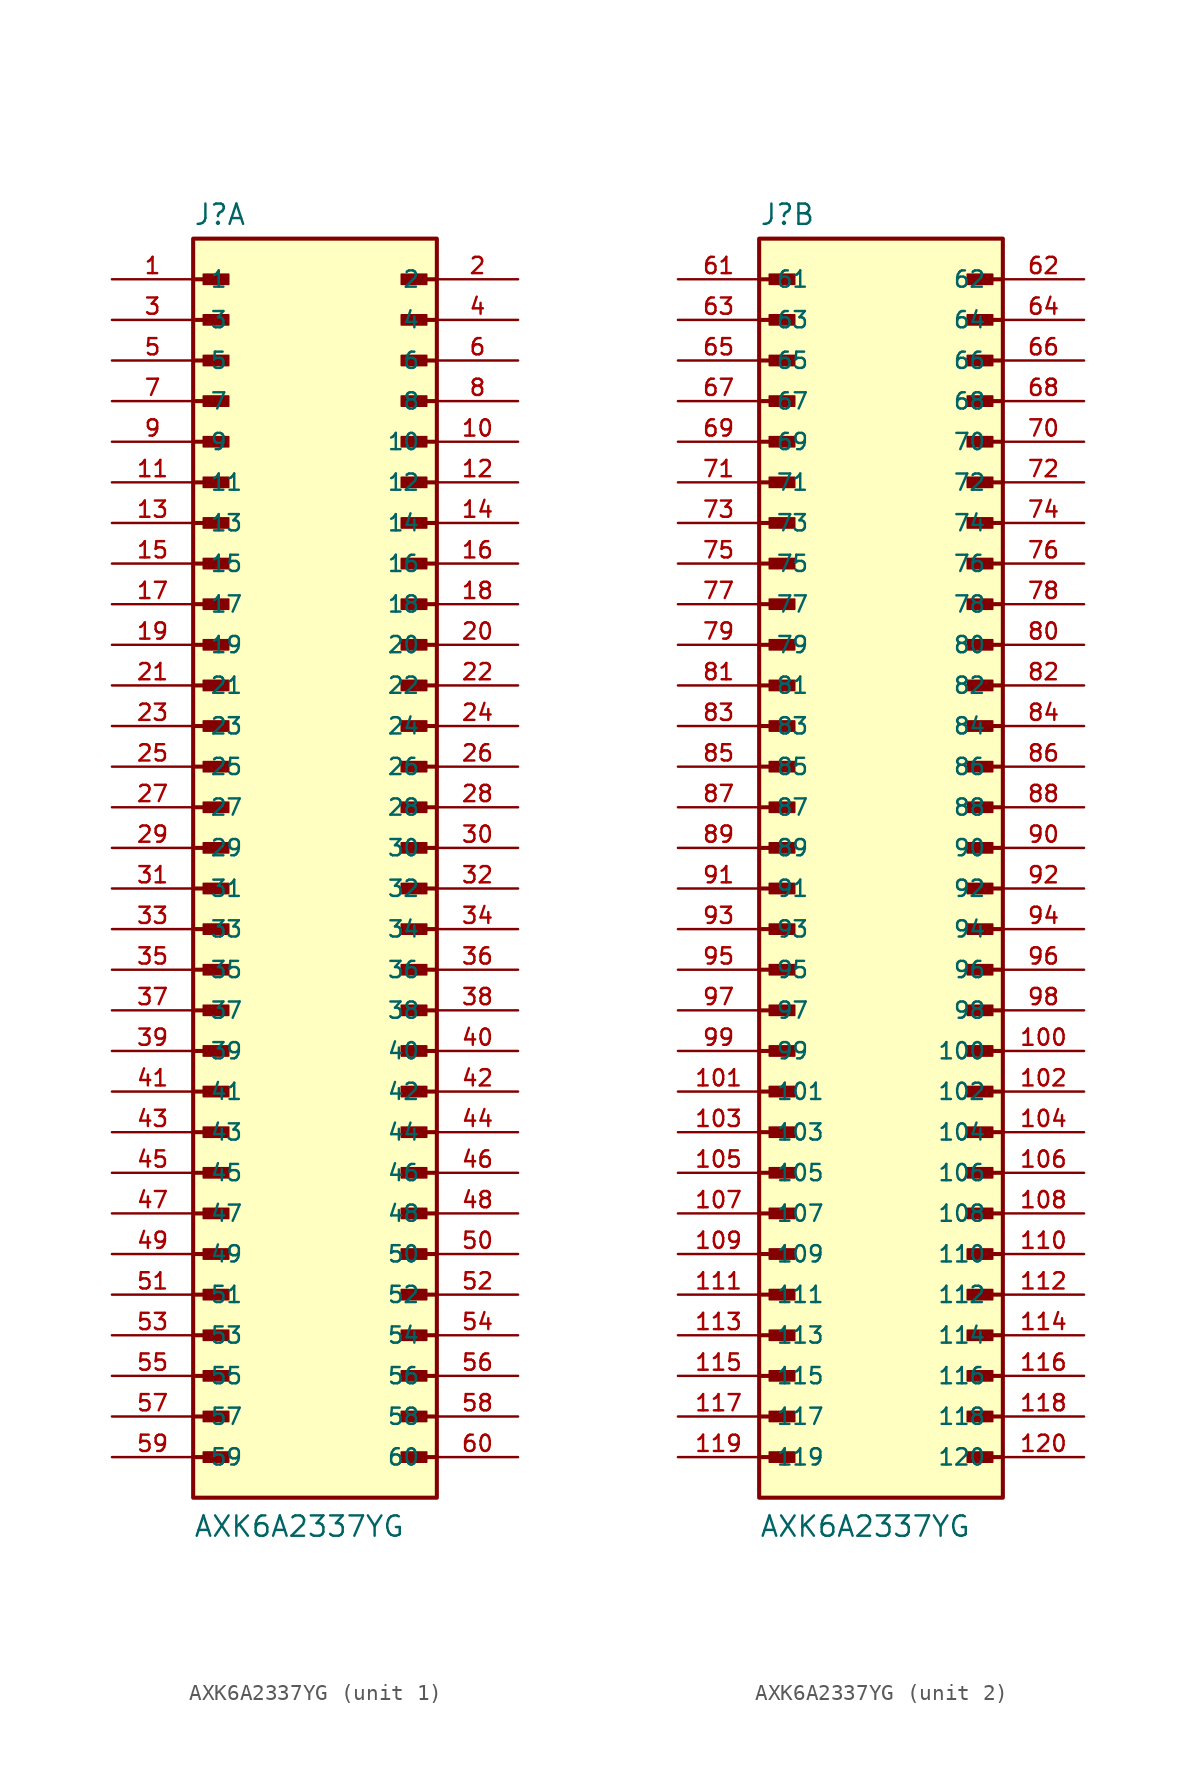
<source format=kicad_sym>
(kicad_symbol_lib
  (version 20211014)
  (generator kicad_symbol_editor)
  (symbol "AXK6A2337YG"
    (pin_names
      (offset 1.016))
    (property "Reference" "J"
      (at -7.62 38.862 0)
      (effects (font (size 1.27 1.27)) (justify bottom left)))
    (property "Value" "AXK6A2337YG"
      (at -7.62 -43.18 0)
      (effects (font (size 1.27 1.27)) (justify bottom left)))
    (symbol "AXK6A2337YG_1_0"
      (polyline (pts (xy -7.62 35.56) (xy -5.715 35.56)) (stroke (width 0.254)))
      (rectangle (start -6.985 35.242) (end -5.397 35.877) (stroke (width 0.1)) (fill (type outline)))
      (polyline (pts (xy -7.62 33.02) (xy -5.715 33.02)) (stroke (width 0.254)))
      (rectangle (start -6.985 32.703) (end -5.397 33.337) (stroke (width 0.1)) (fill (type outline)))
      (polyline (pts (xy -7.62 30.48) (xy -5.715 30.48)) (stroke (width 0.254)))
      (rectangle (start -6.985 30.163) (end -5.397 30.797) (stroke (width 0.1)) (fill (type outline)))
      (polyline (pts (xy -7.62 27.94) (xy -5.715 27.94)) (stroke (width 0.254)))
      (rectangle (start -6.985 27.622) (end -5.397 28.258) (stroke (width 0.1)) (fill (type outline)))
      (polyline (pts (xy -7.62 25.4) (xy -5.715 25.4)) (stroke (width 0.254)))
      (rectangle (start -6.985 25.082) (end -5.397 25.718) (stroke (width 0.1)) (fill (type outline)))
      (polyline (pts (xy -7.62 22.86) (xy -5.715 22.86)) (stroke (width 0.254)))
      (rectangle (start -6.985 22.543) (end -5.397 23.177) (stroke (width 0.1)) (fill (type outline)))
      (polyline (pts (xy -7.62 20.32) (xy -5.715 20.32)) (stroke (width 0.254)))
      (rectangle (start -6.985 20.003) (end -5.397 20.637) (stroke (width 0.1)) (fill (type outline)))
      (polyline (pts (xy -7.62 17.78) (xy -5.715 17.78)) (stroke (width 0.254)))
      (rectangle (start -6.985 17.462) (end -5.397 18.098) (stroke (width 0.1)) (fill (type outline)))
      (polyline (pts (xy -7.62 15.24) (xy -5.715 15.24)) (stroke (width 0.254)))
      (rectangle (start -6.985 14.922) (end -5.397 15.557) (stroke (width 0.1)) (fill (type outline)))
      (polyline (pts (xy -7.62 12.7) (xy -5.715 12.7)) (stroke (width 0.254)))
      (rectangle (start -6.985 12.383) (end -5.397 13.018) (stroke (width 0.1)) (fill (type outline)))
      (polyline (pts (xy 7.62 12.7) (xy 5.715 12.7)) (stroke (width 0.254)))
      (rectangle (start 5.397 12.383) (end 6.985 13.018) (stroke (width 0.1)) (fill (type outline)))
      (polyline (pts (xy 7.62 15.24) (xy 5.715 15.24)) (stroke (width 0.254)))
      (rectangle (start 5.397 14.922) (end 6.985 15.557) (stroke (width 0.1)) (fill (type outline)))
      (polyline (pts (xy 7.62 17.78) (xy 5.715 17.78)) (stroke (width 0.254)))
      (rectangle (start 5.397 17.462) (end 6.985 18.098) (stroke (width 0.1)) (fill (type outline)))
      (polyline (pts (xy 7.62 20.32) (xy 5.715 20.32)) (stroke (width 0.254)))
      (rectangle (start 5.397 20.003) (end 6.985 20.637) (stroke (width 0.1)) (fill (type outline)))
      (polyline (pts (xy 7.62 22.86) (xy 5.715 22.86)) (stroke (width 0.254)))
      (rectangle (start 5.397 22.543) (end 6.985 23.177) (stroke (width 0.1)) (fill (type outline)))
      (polyline (pts (xy 7.62 25.4) (xy 5.715 25.4)) (stroke (width 0.254)))
      (rectangle (start 5.397 25.082) (end 6.985 25.718) (stroke (width 0.1)) (fill (type outline)))
      (polyline (pts (xy 7.62 27.94) (xy 5.715 27.94)) (stroke (width 0.254)))
      (rectangle (start 5.397 27.622) (end 6.985 28.258) (stroke (width 0.1)) (fill (type outline)))
      (polyline (pts (xy 7.62 30.48) (xy 5.715 30.48)) (stroke (width 0.254)))
      (rectangle (start 5.397 30.163) (end 6.985 30.797) (stroke (width 0.1)) (fill (type outline)))
      (polyline (pts (xy 7.62 33.02) (xy 5.715 33.02)) (stroke (width 0.254)))
      (rectangle (start 5.397 32.703) (end 6.985 33.337) (stroke (width 0.1)) (fill (type outline)))
      (polyline (pts (xy 7.62 35.56) (xy 5.715 35.56)) (stroke (width 0.254)))
      (rectangle (start 5.397 35.242) (end 6.985 35.877) (stroke (width 0.1)) (fill (type outline)))
      (polyline (pts (xy -7.62 10.16) (xy -5.715 10.16)) (stroke (width 0.254)))
      (rectangle (start -6.985 9.842) (end -5.397 10.477) (stroke (width 0.1)) (fill (type outline)))
      (polyline (pts (xy -7.62 7.62) (xy -5.715 7.62)) (stroke (width 0.254)))
      (rectangle (start -6.985 7.303) (end -5.397 7.938) (stroke (width 0.1)) (fill (type outline)))
      (polyline (pts (xy -7.62 5.08) (xy -5.715 5.08)) (stroke (width 0.254)))
      (rectangle (start -6.985 4.763) (end -5.397 5.397) (stroke (width 0.1)) (fill (type outline)))
      (polyline (pts (xy -7.62 2.54) (xy -5.715 2.54)) (stroke (width 0.254)))
      (rectangle (start -6.985 2.223) (end -5.397 2.857) (stroke (width 0.1)) (fill (type outline)))
      (polyline (pts (xy -7.62 0.0) (xy -5.715 0.0)) (stroke (width 0.254)))
      (rectangle (start -6.985 -0.318) (end -5.397 0.318) (stroke (width 0.1)) (fill (type outline)))
      (polyline (pts (xy -7.62 -2.54) (xy -5.715 -2.54)) (stroke (width 0.254)))
      (rectangle (start -6.985 -2.857) (end -5.397 -2.223) (stroke (width 0.1)) (fill (type outline)))
      (polyline (pts (xy -7.62 -5.08) (xy -5.715 -5.08)) (stroke (width 0.254)))
      (rectangle (start -6.985 -5.397) (end -5.397 -4.763) (stroke (width 0.1)) (fill (type outline)))
      (polyline (pts (xy -7.62 -7.62) (xy -5.715 -7.62)) (stroke (width 0.254)))
      (rectangle (start -6.985 -7.938) (end -5.397 -7.303) (stroke (width 0.1)) (fill (type outline)))
      (polyline (pts (xy -7.62 -10.16) (xy -5.715 -10.16)) (stroke (width 0.254)))
      (rectangle (start -6.985 -10.477) (end -5.397 -9.842) (stroke (width 0.1)) (fill (type outline)))
      (polyline (pts (xy -7.62 -12.7) (xy -5.715 -12.7)) (stroke (width 0.254)))
      (rectangle (start -6.985 -13.018) (end -5.397 -12.383) (stroke (width 0.1)) (fill (type outline)))
      (polyline (pts (xy 7.62 -12.7) (xy 5.715 -12.7)) (stroke (width 0.254)))
      (rectangle (start 5.397 -13.018) (end 6.985 -12.383) (stroke (width 0.1)) (fill (type outline)))
      (polyline (pts (xy 7.62 -10.16) (xy 5.715 -10.16)) (stroke (width 0.254)))
      (rectangle (start 5.397 -10.477) (end 6.985 -9.842) (stroke (width 0.1)) (fill (type outline)))
      (polyline (pts (xy 7.62 -7.62) (xy 5.715 -7.62)) (stroke (width 0.254)))
      (rectangle (start 5.397 -7.938) (end 6.985 -7.303) (stroke (width 0.1)) (fill (type outline)))
      (polyline (pts (xy 7.62 -5.08) (xy 5.715 -5.08)) (stroke (width 0.254)))
      (rectangle (start 5.397 -5.397) (end 6.985 -4.763) (stroke (width 0.1)) (fill (type outline)))
      (polyline (pts (xy 7.62 -2.54) (xy 5.715 -2.54)) (stroke (width 0.254)))
      (rectangle (start 5.397 -2.857) (end 6.985 -2.223) (stroke (width 0.1)) (fill (type outline)))
      (polyline (pts (xy 7.62 0.0) (xy 5.715 0.0)) (stroke (width 0.254)))
      (rectangle (start 5.397 -0.318) (end 6.985 0.318) (stroke (width 0.1)) (fill (type outline)))
      (polyline (pts (xy 7.62 2.54) (xy 5.715 2.54)) (stroke (width 0.254)))
      (rectangle (start 5.397 2.223) (end 6.985 2.857) (stroke (width 0.1)) (fill (type outline)))
      (polyline (pts (xy 7.62 5.08) (xy 5.715 5.08)) (stroke (width 0.254)))
      (rectangle (start 5.397 4.763) (end 6.985 5.397) (stroke (width 0.1)) (fill (type outline)))
      (polyline (pts (xy 7.62 7.62) (xy 5.715 7.62)) (stroke (width 0.254)))
      (rectangle (start 5.397 7.303) (end 6.985 7.938) (stroke (width 0.1)) (fill (type outline)))
      (polyline (pts (xy 7.62 10.16) (xy 5.715 10.16)) (stroke (width 0.254)))
      (rectangle (start 5.397 9.842) (end 6.985 10.477) (stroke (width 0.1)) (fill (type outline)))
      (polyline (pts (xy -7.62 -15.24) (xy -5.715 -15.24)) (stroke (width 0.254)))
      (rectangle (start -6.985 -15.557) (end -5.397 -14.922) (stroke (width 0.1)) (fill (type outline)))
      (polyline (pts (xy -7.62 -17.78) (xy -5.715 -17.78)) (stroke (width 0.254)))
      (rectangle (start -6.985 -18.098) (end -5.397 -17.462) (stroke (width 0.1)) (fill (type outline)))
      (polyline (pts (xy -7.62 -20.32) (xy -5.715 -20.32)) (stroke (width 0.254)))
      (rectangle (start -6.985 -20.637) (end -5.397 -20.003) (stroke (width 0.1)) (fill (type outline)))
      (polyline (pts (xy -7.62 -22.86) (xy -5.715 -22.86)) (stroke (width 0.254)))
      (rectangle (start -6.985 -23.177) (end -5.397 -22.543) (stroke (width 0.1)) (fill (type outline)))
      (polyline (pts (xy -7.62 -25.4) (xy -5.715 -25.4)) (stroke (width 0.254)))
      (rectangle (start -6.985 -25.718) (end -5.397 -25.082) (stroke (width 0.1)) (fill (type outline)))
      (polyline (pts (xy -7.62 -27.94) (xy -5.715 -27.94)) (stroke (width 0.254)))
      (rectangle (start -6.985 -28.258) (end -5.397 -27.622) (stroke (width 0.1)) (fill (type outline)))
      (polyline (pts (xy -7.62 -30.48) (xy -5.715 -30.48)) (stroke (width 0.254)))
      (rectangle (start -6.985 -30.797) (end -5.397 -30.163) (stroke (width 0.1)) (fill (type outline)))
      (polyline (pts (xy -7.62 -33.02) (xy -5.715 -33.02)) (stroke (width 0.254)))
      (rectangle (start -6.985 -33.337) (end -5.397 -32.703) (stroke (width 0.1)) (fill (type outline)))
      (polyline (pts (xy -7.62 -35.56) (xy -5.715 -35.56)) (stroke (width 0.254)))
      (rectangle (start -6.985 -35.877) (end -5.397 -35.242) (stroke (width 0.1)) (fill (type outline)))
      (polyline (pts (xy -7.62 -38.1) (xy -5.715 -38.1)) (stroke (width 0.254)))
      (rectangle (start -6.985 -38.417) (end -5.397 -37.782) (stroke (width 0.1)) (fill (type outline)))
      (polyline (pts (xy 7.62 -38.1) (xy 5.715 -38.1)) (stroke (width 0.254)))
      (rectangle (start 5.397 -38.417) (end 6.985 -37.782) (stroke (width 0.1)) (fill (type outline)))
      (polyline (pts (xy 7.62 -35.56) (xy 5.715 -35.56)) (stroke (width 0.254)))
      (rectangle (start 5.397 -35.877) (end 6.985 -35.242) (stroke (width 0.1)) (fill (type outline)))
      (polyline (pts (xy 7.62 -33.02) (xy 5.715 -33.02)) (stroke (width 0.254)))
      (rectangle (start 5.397 -33.337) (end 6.985 -32.703) (stroke (width 0.1)) (fill (type outline)))
      (polyline (pts (xy 7.62 -30.48) (xy 5.715 -30.48)) (stroke (width 0.254)))
      (rectangle (start 5.397 -30.797) (end 6.985 -30.163) (stroke (width 0.1)) (fill (type outline)))
      (polyline (pts (xy 7.62 -27.94) (xy 5.715 -27.94)) (stroke (width 0.254)))
      (rectangle (start 5.397 -28.258) (end 6.985 -27.622) (stroke (width 0.1)) (fill (type outline)))
      (polyline (pts (xy 7.62 -25.4) (xy 5.715 -25.4)) (stroke (width 0.254)))
      (rectangle (start 5.397 -25.718) (end 6.985 -25.082) (stroke (width 0.1)) (fill (type outline)))
      (polyline (pts (xy 7.62 -22.86) (xy 5.715 -22.86)) (stroke (width 0.254)))
      (rectangle (start 5.397 -23.177) (end 6.985 -22.543) (stroke (width 0.1)) (fill (type outline)))
      (polyline (pts (xy 7.62 -20.32) (xy 5.715 -20.32)) (stroke (width 0.254)))
      (rectangle (start 5.397 -20.637) (end 6.985 -20.003) (stroke (width 0.1)) (fill (type outline)))
      (polyline (pts (xy 7.62 -17.78) (xy 5.715 -17.78)) (stroke (width 0.254)))
      (rectangle (start 5.397 -18.098) (end 6.985 -17.462) (stroke (width 0.1)) (fill (type outline)))
      (polyline (pts (xy 7.62 -15.24) (xy 5.715 -15.24)) (stroke (width 0.254)))
      (rectangle (start 5.397 -15.557) (end 6.985 -14.922) (stroke (width 0.1)) (fill (type outline)))
      (rectangle (start -7.62 -40.64) (end 7.62 38.1) (stroke (width 0.254)) (fill (type background)))
      (pin passive line (at -12.7 35.56 0) (length 5.08) (name "1" (effects (font (size 1.016 1.016)))) (number "1" (effects (font (size 1.016 1.016)))))
      (pin passive line (at 12.7 35.56 180.0) (length 5.08) (name "2" (effects (font (size 1.016 1.016)))) (number "2" (effects (font (size 1.016 1.016)))))
      (pin passive line (at -12.7 33.02 0) (length 5.08) (name "3" (effects (font (size 1.016 1.016)))) (number "3" (effects (font (size 1.016 1.016)))))
      (pin passive line (at 12.7 33.02 180.0) (length 5.08) (name "4" (effects (font (size 1.016 1.016)))) (number "4" (effects (font (size 1.016 1.016)))))
      (pin passive line (at -12.7 30.48 0) (length 5.08) (name "5" (effects (font (size 1.016 1.016)))) (number "5" (effects (font (size 1.016 1.016)))))
      (pin passive line (at 12.7 30.48 180.0) (length 5.08) (name "6" (effects (font (size 1.016 1.016)))) (number "6" (effects (font (size 1.016 1.016)))))
      (pin passive line (at -12.7 27.94 0) (length 5.08) (name "7" (effects (font (size 1.016 1.016)))) (number "7" (effects (font (size 1.016 1.016)))))
      (pin passive line (at 12.7 27.94 180.0) (length 5.08) (name "8" (effects (font (size 1.016 1.016)))) (number "8" (effects (font (size 1.016 1.016)))))
      (pin passive line (at -12.7 25.4 0) (length 5.08) (name "9" (effects (font (size 1.016 1.016)))) (number "9" (effects (font (size 1.016 1.016)))))
      (pin passive line (at 12.7 25.4 180.0) (length 5.08) (name "10" (effects (font (size 1.016 1.016)))) (number "10" (effects (font (size 1.016 1.016)))))
      (pin passive line (at -12.7 22.86 0) (length 5.08) (name "11" (effects (font (size 1.016 1.016)))) (number "11" (effects (font (size 1.016 1.016)))))
      (pin passive line (at 12.7 22.86 180.0) (length 5.08) (name "12" (effects (font (size 1.016 1.016)))) (number "12" (effects (font (size 1.016 1.016)))))
      (pin passive line (at -12.7 20.32 0) (length 5.08) (name "13" (effects (font (size 1.016 1.016)))) (number "13" (effects (font (size 1.016 1.016)))))
      (pin passive line (at 12.7 20.32 180.0) (length 5.08) (name "14" (effects (font (size 1.016 1.016)))) (number "14" (effects (font (size 1.016 1.016)))))
      (pin passive line (at -12.7 17.78 0) (length 5.08) (name "15" (effects (font (size 1.016 1.016)))) (number "15" (effects (font (size 1.016 1.016)))))
      (pin passive line (at 12.7 17.78 180.0) (length 5.08) (name "16" (effects (font (size 1.016 1.016)))) (number "16" (effects (font (size 1.016 1.016)))))
      (pin passive line (at -12.7 15.24 0) (length 5.08) (name "17" (effects (font (size 1.016 1.016)))) (number "17" (effects (font (size 1.016 1.016)))))
      (pin passive line (at 12.7 15.24 180.0) (length 5.08) (name "18" (effects (font (size 1.016 1.016)))) (number "18" (effects (font (size 1.016 1.016)))))
      (pin passive line (at -12.7 12.7 0) (length 5.08) (name "19" (effects (font (size 1.016 1.016)))) (number "19" (effects (font (size 1.016 1.016)))))
      (pin passive line (at 12.7 12.7 180.0) (length 5.08) (name "20" (effects (font (size 1.016 1.016)))) (number "20" (effects (font (size 1.016 1.016)))))
      (pin passive line (at -12.7 10.16 0) (length 5.08) (name "21" (effects (font (size 1.016 1.016)))) (number "21" (effects (font (size 1.016 1.016)))))
      (pin passive line (at 12.7 10.16 180.0) (length 5.08) (name "22" (effects (font (size 1.016 1.016)))) (number "22" (effects (font (size 1.016 1.016)))))
      (pin passive line (at -12.7 7.62 0) (length 5.08) (name "23" (effects (font (size 1.016 1.016)))) (number "23" (effects (font (size 1.016 1.016)))))
      (pin passive line (at 12.7 7.62 180.0) (length 5.08) (name "24" (effects (font (size 1.016 1.016)))) (number "24" (effects (font (size 1.016 1.016)))))
      (pin passive line (at -12.7 5.08 0) (length 5.08) (name "25" (effects (font (size 1.016 1.016)))) (number "25" (effects (font (size 1.016 1.016)))))
      (pin passive line (at 12.7 5.08 180.0) (length 5.08) (name "26" (effects (font (size 1.016 1.016)))) (number "26" (effects (font (size 1.016 1.016)))))
      (pin passive line (at -12.7 2.54 0) (length 5.08) (name "27" (effects (font (size 1.016 1.016)))) (number "27" (effects (font (size 1.016 1.016)))))
      (pin passive line (at 12.7 2.54 180.0) (length 5.08) (name "28" (effects (font (size 1.016 1.016)))) (number "28" (effects (font (size 1.016 1.016)))))
      (pin passive line (at -12.7 0.0 0) (length 5.08) (name "29" (effects (font (size 1.016 1.016)))) (number "29" (effects (font (size 1.016 1.016)))))
      (pin passive line (at 12.7 0.0 180.0) (length 5.08) (name "30" (effects (font (size 1.016 1.016)))) (number "30" (effects (font (size 1.016 1.016)))))
      (pin passive line (at -12.7 -2.54 0) (length 5.08) (name "31" (effects (font (size 1.016 1.016)))) (number "31" (effects (font (size 1.016 1.016)))))
      (pin passive line (at 12.7 -2.54 180.0) (length 5.08) (name "32" (effects (font (size 1.016 1.016)))) (number "32" (effects (font (size 1.016 1.016)))))
      (pin passive line (at -12.7 -5.08 0) (length 5.08) (name "33" (effects (font (size 1.016 1.016)))) (number "33" (effects (font (size 1.016 1.016)))))
      (pin passive line (at 12.7 -5.08 180.0) (length 5.08) (name "34" (effects (font (size 1.016 1.016)))) (number "34" (effects (font (size 1.016 1.016)))))
      (pin passive line (at -12.7 -7.62 0) (length 5.08) (name "35" (effects (font (size 1.016 1.016)))) (number "35" (effects (font (size 1.016 1.016)))))
      (pin passive line (at 12.7 -7.62 180.0) (length 5.08) (name "36" (effects (font (size 1.016 1.016)))) (number "36" (effects (font (size 1.016 1.016)))))
      (pin passive line (at -12.7 -10.16 0) (length 5.08) (name "37" (effects (font (size 1.016 1.016)))) (number "37" (effects (font (size 1.016 1.016)))))
      (pin passive line (at 12.7 -10.16 180.0) (length 5.08) (name "38" (effects (font (size 1.016 1.016)))) (number "38" (effects (font (size 1.016 1.016)))))
      (pin passive line (at -12.7 -12.7 0) (length 5.08) (name "39" (effects (font (size 1.016 1.016)))) (number "39" (effects (font (size 1.016 1.016)))))
      (pin passive line (at 12.7 -12.7 180.0) (length 5.08) (name "40" (effects (font (size 1.016 1.016)))) (number "40" (effects (font (size 1.016 1.016)))))
      (pin passive line (at -12.7 -15.24 0) (length 5.08) (name "41" (effects (font (size 1.016 1.016)))) (number "41" (effects (font (size 1.016 1.016)))))
      (pin passive line (at 12.7 -15.24 180.0) (length 5.08) (name "42" (effects (font (size 1.016 1.016)))) (number "42" (effects (font (size 1.016 1.016)))))
      (pin passive line (at -12.7 -17.78 0) (length 5.08) (name "43" (effects (font (size 1.016 1.016)))) (number "43" (effects (font (size 1.016 1.016)))))
      (pin passive line (at 12.7 -17.78 180.0) (length 5.08) (name "44" (effects (font (size 1.016 1.016)))) (number "44" (effects (font (size 1.016 1.016)))))
      (pin passive line (at -12.7 -20.32 0) (length 5.08) (name "45" (effects (font (size 1.016 1.016)))) (number "45" (effects (font (size 1.016 1.016)))))
      (pin passive line (at 12.7 -20.32 180.0) (length 5.08) (name "46" (effects (font (size 1.016 1.016)))) (number "46" (effects (font (size 1.016 1.016)))))
      (pin passive line (at -12.7 -22.86 0) (length 5.08) (name "47" (effects (font (size 1.016 1.016)))) (number "47" (effects (font (size 1.016 1.016)))))
      (pin passive line (at 12.7 -22.86 180.0) (length 5.08) (name "48" (effects (font (size 1.016 1.016)))) (number "48" (effects (font (size 1.016 1.016)))))
      (pin passive line (at -12.7 -25.4 0) (length 5.08) (name "49" (effects (font (size 1.016 1.016)))) (number "49" (effects (font (size 1.016 1.016)))))
      (pin passive line (at 12.7 -25.4 180.0) (length 5.08) (name "50" (effects (font (size 1.016 1.016)))) (number "50" (effects (font (size 1.016 1.016)))))
      (pin passive line (at -12.7 -27.94 0) (length 5.08) (name "51" (effects (font (size 1.016 1.016)))) (number "51" (effects (font (size 1.016 1.016)))))
      (pin passive line (at 12.7 -27.94 180.0) (length 5.08) (name "52" (effects (font (size 1.016 1.016)))) (number "52" (effects (font (size 1.016 1.016)))))
      (pin passive line (at -12.7 -30.48 0) (length 5.08) (name "53" (effects (font (size 1.016 1.016)))) (number "53" (effects (font (size 1.016 1.016)))))
      (pin passive line (at 12.7 -30.48 180.0) (length 5.08) (name "54" (effects (font (size 1.016 1.016)))) (number "54" (effects (font (size 1.016 1.016)))))
      (pin passive line (at -12.7 -33.02 0) (length 5.08) (name "55" (effects (font (size 1.016 1.016)))) (number "55" (effects (font (size 1.016 1.016)))))
      (pin passive line (at 12.7 -33.02 180.0) (length 5.08) (name "56" (effects (font (size 1.016 1.016)))) (number "56" (effects (font (size 1.016 1.016)))))
      (pin passive line (at -12.7 -35.56 0) (length 5.08) (name "57" (effects (font (size 1.016 1.016)))) (number "57" (effects (font (size 1.016 1.016)))))
      (pin passive line (at 12.7 -35.56 180.0) (length 5.08) (name "58" (effects (font (size 1.016 1.016)))) (number "58" (effects (font (size 1.016 1.016)))))
      (pin passive line (at -12.7 -38.1 0) (length 5.08) (name "59" (effects (font (size 1.016 1.016)))) (number "59" (effects (font (size 1.016 1.016)))))
      (pin passive line (at 12.7 -38.1 180.0) (length 5.08) (name "60" (effects (font (size 1.016 1.016)))) (number "60" (effects (font (size 1.016 1.016))))))
    (symbol "AXK6A2337YG_2_0"
      (polyline (pts (xy -7.62 35.56) (xy -5.715 35.56)) (stroke (width 0.254)))
      (rectangle (start -6.985 35.242) (end -5.397 35.877) (stroke (width 0.1)) (fill (type outline)))
      (polyline (pts (xy -7.62 33.02) (xy -5.715 33.02)) (stroke (width 0.254)))
      (rectangle (start -6.985 32.703) (end -5.397 33.337) (stroke (width 0.1)) (fill (type outline)))
      (polyline (pts (xy -7.62 30.48) (xy -5.715 30.48)) (stroke (width 0.254)))
      (rectangle (start -6.985 30.163) (end -5.397 30.797) (stroke (width 0.1)) (fill (type outline)))
      (polyline (pts (xy -7.62 27.94) (xy -5.715 27.94)) (stroke (width 0.254)))
      (rectangle (start -6.985 27.622) (end -5.397 28.258) (stroke (width 0.1)) (fill (type outline)))
      (polyline (pts (xy -7.62 25.4) (xy -5.715 25.4)) (stroke (width 0.254)))
      (rectangle (start -6.985 25.082) (end -5.397 25.718) (stroke (width 0.1)) (fill (type outline)))
      (polyline (pts (xy -7.62 22.86) (xy -5.715 22.86)) (stroke (width 0.254)))
      (rectangle (start -6.985 22.543) (end -5.397 23.177) (stroke (width 0.1)) (fill (type outline)))
      (polyline (pts (xy -7.62 20.32) (xy -5.715 20.32)) (stroke (width 0.254)))
      (rectangle (start -6.985 20.003) (end -5.397 20.637) (stroke (width 0.1)) (fill (type outline)))
      (polyline (pts (xy -7.62 17.78) (xy -5.715 17.78)) (stroke (width 0.254)))
      (rectangle (start -6.985 17.462) (end -5.397 18.098) (stroke (width 0.1)) (fill (type outline)))
      (polyline (pts (xy -7.62 15.24) (xy -5.715 15.24)) (stroke (width 0.254)))
      (rectangle (start -6.985 14.922) (end -5.397 15.557) (stroke (width 0.1)) (fill (type outline)))
      (polyline (pts (xy -7.62 12.7) (xy -5.715 12.7)) (stroke (width 0.254)))
      (rectangle (start -6.985 12.383) (end -5.397 13.018) (stroke (width 0.1)) (fill (type outline)))
      (polyline (pts (xy 7.62 12.7) (xy 5.715 12.7)) (stroke (width 0.254)))
      (rectangle (start 5.397 12.383) (end 6.985 13.018) (stroke (width 0.1)) (fill (type outline)))
      (polyline (pts (xy 7.62 15.24) (xy 5.715 15.24)) (stroke (width 0.254)))
      (rectangle (start 5.397 14.922) (end 6.985 15.557) (stroke (width 0.1)) (fill (type outline)))
      (polyline (pts (xy 7.62 17.78) (xy 5.715 17.78)) (stroke (width 0.254)))
      (rectangle (start 5.397 17.462) (end 6.985 18.098) (stroke (width 0.1)) (fill (type outline)))
      (polyline (pts (xy 7.62 20.32) (xy 5.715 20.32)) (stroke (width 0.254)))
      (rectangle (start 5.397 20.003) (end 6.985 20.637) (stroke (width 0.1)) (fill (type outline)))
      (polyline (pts (xy 7.62 22.86) (xy 5.715 22.86)) (stroke (width 0.254)))
      (rectangle (start 5.397 22.543) (end 6.985 23.177) (stroke (width 0.1)) (fill (type outline)))
      (polyline (pts (xy 7.62 25.4) (xy 5.715 25.4)) (stroke (width 0.254)))
      (rectangle (start 5.397 25.082) (end 6.985 25.718) (stroke (width 0.1)) (fill (type outline)))
      (polyline (pts (xy 7.62 27.94) (xy 5.715 27.94)) (stroke (width 0.254)))
      (rectangle (start 5.397 27.622) (end 6.985 28.258) (stroke (width 0.1)) (fill (type outline)))
      (polyline (pts (xy 7.62 30.48) (xy 5.715 30.48)) (stroke (width 0.254)))
      (rectangle (start 5.397 30.163) (end 6.985 30.797) (stroke (width 0.1)) (fill (type outline)))
      (polyline (pts (xy 7.62 33.02) (xy 5.715 33.02)) (stroke (width 0.254)))
      (rectangle (start 5.397 32.703) (end 6.985 33.337) (stroke (width 0.1)) (fill (type outline)))
      (polyline (pts (xy 7.62 35.56) (xy 5.715 35.56)) (stroke (width 0.254)))
      (rectangle (start 5.397 35.242) (end 6.985 35.877) (stroke (width 0.1)) (fill (type outline)))
      (polyline (pts (xy -7.62 10.16) (xy -5.715 10.16)) (stroke (width 0.254)))
      (rectangle (start -6.985 9.842) (end -5.397 10.477) (stroke (width 0.1)) (fill (type outline)))
      (polyline (pts (xy -7.62 7.62) (xy -5.715 7.62)) (stroke (width 0.254)))
      (rectangle (start -6.985 7.303) (end -5.397 7.938) (stroke (width 0.1)) (fill (type outline)))
      (polyline (pts (xy -7.62 5.08) (xy -5.715 5.08)) (stroke (width 0.254)))
      (rectangle (start -6.985 4.763) (end -5.397 5.397) (stroke (width 0.1)) (fill (type outline)))
      (polyline (pts (xy -7.62 2.54) (xy -5.715 2.54)) (stroke (width 0.254)))
      (rectangle (start -6.985 2.223) (end -5.397 2.857) (stroke (width 0.1)) (fill (type outline)))
      (polyline (pts (xy -7.62 0.0) (xy -5.715 0.0)) (stroke (width 0.254)))
      (rectangle (start -6.985 -0.318) (end -5.397 0.318) (stroke (width 0.1)) (fill (type outline)))
      (polyline (pts (xy -7.62 -2.54) (xy -5.715 -2.54)) (stroke (width 0.254)))
      (rectangle (start -6.985 -2.857) (end -5.397 -2.223) (stroke (width 0.1)) (fill (type outline)))
      (polyline (pts (xy -7.62 -5.08) (xy -5.715 -5.08)) (stroke (width 0.254)))
      (rectangle (start -6.985 -5.397) (end -5.397 -4.763) (stroke (width 0.1)) (fill (type outline)))
      (polyline (pts (xy -7.62 -7.62) (xy -5.715 -7.62)) (stroke (width 0.254)))
      (rectangle (start -6.985 -7.938) (end -5.397 -7.303) (stroke (width 0.1)) (fill (type outline)))
      (polyline (pts (xy -7.62 -10.16) (xy -5.715 -10.16)) (stroke (width 0.254)))
      (rectangle (start -6.985 -10.477) (end -5.397 -9.842) (stroke (width 0.1)) (fill (type outline)))
      (polyline (pts (xy -7.62 -12.7) (xy -5.715 -12.7)) (stroke (width 0.254)))
      (rectangle (start -6.985 -13.018) (end -5.397 -12.383) (stroke (width 0.1)) (fill (type outline)))
      (polyline (pts (xy 7.62 -12.7) (xy 5.715 -12.7)) (stroke (width 0.254)))
      (rectangle (start 5.397 -13.018) (end 6.985 -12.383) (stroke (width 0.1)) (fill (type outline)))
      (polyline (pts (xy 7.62 -10.16) (xy 5.715 -10.16)) (stroke (width 0.254)))
      (rectangle (start 5.397 -10.477) (end 6.985 -9.842) (stroke (width 0.1)) (fill (type outline)))
      (polyline (pts (xy 7.62 -7.62) (xy 5.715 -7.62)) (stroke (width 0.254)))
      (rectangle (start 5.397 -7.938) (end 6.985 -7.303) (stroke (width 0.1)) (fill (type outline)))
      (polyline (pts (xy 7.62 -5.08) (xy 5.715 -5.08)) (stroke (width 0.254)))
      (rectangle (start 5.397 -5.397) (end 6.985 -4.763) (stroke (width 0.1)) (fill (type outline)))
      (polyline (pts (xy 7.62 -2.54) (xy 5.715 -2.54)) (stroke (width 0.254)))
      (rectangle (start 5.397 -2.857) (end 6.985 -2.223) (stroke (width 0.1)) (fill (type outline)))
      (polyline (pts (xy 7.62 0.0) (xy 5.715 0.0)) (stroke (width 0.254)))
      (rectangle (start 5.397 -0.318) (end 6.985 0.318) (stroke (width 0.1)) (fill (type outline)))
      (polyline (pts (xy 7.62 2.54) (xy 5.715 2.54)) (stroke (width 0.254)))
      (rectangle (start 5.397 2.223) (end 6.985 2.857) (stroke (width 0.1)) (fill (type outline)))
      (polyline (pts (xy 7.62 5.08) (xy 5.715 5.08)) (stroke (width 0.254)))
      (rectangle (start 5.397 4.763) (end 6.985 5.397) (stroke (width 0.1)) (fill (type outline)))
      (polyline (pts (xy 7.62 7.62) (xy 5.715 7.62)) (stroke (width 0.254)))
      (rectangle (start 5.397 7.303) (end 6.985 7.938) (stroke (width 0.1)) (fill (type outline)))
      (polyline (pts (xy 7.62 10.16) (xy 5.715 10.16)) (stroke (width 0.254)))
      (rectangle (start 5.397 9.842) (end 6.985 10.477) (stroke (width 0.1)) (fill (type outline)))
      (polyline (pts (xy -7.62 -15.24) (xy -5.715 -15.24)) (stroke (width 0.254)))
      (rectangle (start -6.985 -15.557) (end -5.397 -14.922) (stroke (width 0.1)) (fill (type outline)))
      (polyline (pts (xy -7.62 -17.78) (xy -5.715 -17.78)) (stroke (width 0.254)))
      (rectangle (start -6.985 -18.098) (end -5.397 -17.462) (stroke (width 0.1)) (fill (type outline)))
      (polyline (pts (xy -7.62 -20.32) (xy -5.715 -20.32)) (stroke (width 0.254)))
      (rectangle (start -6.985 -20.637) (end -5.397 -20.003) (stroke (width 0.1)) (fill (type outline)))
      (polyline (pts (xy -7.62 -22.86) (xy -5.715 -22.86)) (stroke (width 0.254)))
      (rectangle (start -6.985 -23.177) (end -5.397 -22.543) (stroke (width 0.1)) (fill (type outline)))
      (polyline (pts (xy -7.62 -25.4) (xy -5.715 -25.4)) (stroke (width 0.254)))
      (rectangle (start -6.985 -25.718) (end -5.397 -25.082) (stroke (width 0.1)) (fill (type outline)))
      (polyline (pts (xy -7.62 -27.94) (xy -5.715 -27.94)) (stroke (width 0.254)))
      (rectangle (start -6.985 -28.258) (end -5.397 -27.622) (stroke (width 0.1)) (fill (type outline)))
      (polyline (pts (xy -7.62 -30.48) (xy -5.715 -30.48)) (stroke (width 0.254)))
      (rectangle (start -6.985 -30.797) (end -5.397 -30.163) (stroke (width 0.1)) (fill (type outline)))
      (polyline (pts (xy -7.62 -33.02) (xy -5.715 -33.02)) (stroke (width 0.254)))
      (rectangle (start -6.985 -33.337) (end -5.397 -32.703) (stroke (width 0.1)) (fill (type outline)))
      (polyline (pts (xy -7.62 -35.56) (xy -5.715 -35.56)) (stroke (width 0.254)))
      (rectangle (start -6.985 -35.877) (end -5.397 -35.242) (stroke (width 0.1)) (fill (type outline)))
      (polyline (pts (xy -7.62 -38.1) (xy -5.715 -38.1)) (stroke (width 0.254)))
      (rectangle (start -6.985 -38.417) (end -5.397 -37.782) (stroke (width 0.1)) (fill (type outline)))
      (polyline (pts (xy 7.62 -38.1) (xy 5.715 -38.1)) (stroke (width 0.254)))
      (rectangle (start 5.397 -38.417) (end 6.985 -37.782) (stroke (width 0.1)) (fill (type outline)))
      (polyline (pts (xy 7.62 -35.56) (xy 5.715 -35.56)) (stroke (width 0.254)))
      (rectangle (start 5.397 -35.877) (end 6.985 -35.242) (stroke (width 0.1)) (fill (type outline)))
      (polyline (pts (xy 7.62 -33.02) (xy 5.715 -33.02)) (stroke (width 0.254)))
      (rectangle (start 5.397 -33.337) (end 6.985 -32.703) (stroke (width 0.1)) (fill (type outline)))
      (polyline (pts (xy 7.62 -30.48) (xy 5.715 -30.48)) (stroke (width 0.254)))
      (rectangle (start 5.397 -30.797) (end 6.985 -30.163) (stroke (width 0.1)) (fill (type outline)))
      (polyline (pts (xy 7.62 -27.94) (xy 5.715 -27.94)) (stroke (width 0.254)))
      (rectangle (start 5.397 -28.258) (end 6.985 -27.622) (stroke (width 0.1)) (fill (type outline)))
      (polyline (pts (xy 7.62 -25.4) (xy 5.715 -25.4)) (stroke (width 0.254)))
      (rectangle (start 5.397 -25.718) (end 6.985 -25.082) (stroke (width 0.1)) (fill (type outline)))
      (polyline (pts (xy 7.62 -22.86) (xy 5.715 -22.86)) (stroke (width 0.254)))
      (rectangle (start 5.397 -23.177) (end 6.985 -22.543) (stroke (width 0.1)) (fill (type outline)))
      (polyline (pts (xy 7.62 -20.32) (xy 5.715 -20.32)) (stroke (width 0.254)))
      (rectangle (start 5.397 -20.637) (end 6.985 -20.003) (stroke (width 0.1)) (fill (type outline)))
      (polyline (pts (xy 7.62 -17.78) (xy 5.715 -17.78)) (stroke (width 0.254)))
      (rectangle (start 5.397 -18.098) (end 6.985 -17.462) (stroke (width 0.1)) (fill (type outline)))
      (polyline (pts (xy 7.62 -15.24) (xy 5.715 -15.24)) (stroke (width 0.254)))
      (rectangle (start 5.397 -15.557) (end 6.985 -14.922) (stroke (width 0.1)) (fill (type outline)))
      (rectangle (start -7.62 -40.64) (end 7.62 38.1) (stroke (width 0.254)) (fill (type background)))
      (pin passive line (at -12.7 35.56 0) (length 5.08) (name "61" (effects (font (size 1.016 1.016)))) (number "61" (effects (font (size 1.016 1.016)))))
      (pin passive line (at 12.7 35.56 180.0) (length 5.08) (name "62" (effects (font (size 1.016 1.016)))) (number "62" (effects (font (size 1.016 1.016)))))
      (pin passive line (at -12.7 33.02 0) (length 5.08) (name "63" (effects (font (size 1.016 1.016)))) (number "63" (effects (font (size 1.016 1.016)))))
      (pin passive line (at 12.7 33.02 180.0) (length 5.08) (name "64" (effects (font (size 1.016 1.016)))) (number "64" (effects (font (size 1.016 1.016)))))
      (pin passive line (at -12.7 30.48 0) (length 5.08) (name "65" (effects (font (size 1.016 1.016)))) (number "65" (effects (font (size 1.016 1.016)))))
      (pin passive line (at 12.7 30.48 180.0) (length 5.08) (name "66" (effects (font (size 1.016 1.016)))) (number "66" (effects (font (size 1.016 1.016)))))
      (pin passive line (at -12.7 27.94 0) (length 5.08) (name "67" (effects (font (size 1.016 1.016)))) (number "67" (effects (font (size 1.016 1.016)))))
      (pin passive line (at 12.7 27.94 180.0) (length 5.08) (name "68" (effects (font (size 1.016 1.016)))) (number "68" (effects (font (size 1.016 1.016)))))
      (pin passive line (at -12.7 25.4 0) (length 5.08) (name "69" (effects (font (size 1.016 1.016)))) (number "69" (effects (font (size 1.016 1.016)))))
      (pin passive line (at 12.7 25.4 180.0) (length 5.08) (name "70" (effects (font (size 1.016 1.016)))) (number "70" (effects (font (size 1.016 1.016)))))
      (pin passive line (at -12.7 22.86 0) (length 5.08) (name "71" (effects (font (size 1.016 1.016)))) (number "71" (effects (font (size 1.016 1.016)))))
      (pin passive line (at 12.7 22.86 180.0) (length 5.08) (name "72" (effects (font (size 1.016 1.016)))) (number "72" (effects (font (size 1.016 1.016)))))
      (pin passive line (at -12.7 20.32 0) (length 5.08) (name "73" (effects (font (size 1.016 1.016)))) (number "73" (effects (font (size 1.016 1.016)))))
      (pin passive line (at 12.7 20.32 180.0) (length 5.08) (name "74" (effects (font (size 1.016 1.016)))) (number "74" (effects (font (size 1.016 1.016)))))
      (pin passive line (at -12.7 17.78 0) (length 5.08) (name "75" (effects (font (size 1.016 1.016)))) (number "75" (effects (font (size 1.016 1.016)))))
      (pin passive line (at 12.7 17.78 180.0) (length 5.08) (name "76" (effects (font (size 1.016 1.016)))) (number "76" (effects (font (size 1.016 1.016)))))
      (pin passive line (at -12.7 15.24 0) (length 5.08) (name "77" (effects (font (size 1.016 1.016)))) (number "77" (effects (font (size 1.016 1.016)))))
      (pin passive line (at 12.7 15.24 180.0) (length 5.08) (name "78" (effects (font (size 1.016 1.016)))) (number "78" (effects (font (size 1.016 1.016)))))
      (pin passive line (at -12.7 12.7 0) (length 5.08) (name "79" (effects (font (size 1.016 1.016)))) (number "79" (effects (font (size 1.016 1.016)))))
      (pin passive line (at 12.7 12.7 180.0) (length 5.08) (name "80" (effects (font (size 1.016 1.016)))) (number "80" (effects (font (size 1.016 1.016)))))
      (pin passive line (at -12.7 10.16 0) (length 5.08) (name "81" (effects (font (size 1.016 1.016)))) (number "81" (effects (font (size 1.016 1.016)))))
      (pin passive line (at 12.7 10.16 180.0) (length 5.08) (name "82" (effects (font (size 1.016 1.016)))) (number "82" (effects (font (size 1.016 1.016)))))
      (pin passive line (at -12.7 7.62 0) (length 5.08) (name "83" (effects (font (size 1.016 1.016)))) (number "83" (effects (font (size 1.016 1.016)))))
      (pin passive line (at 12.7 7.62 180.0) (length 5.08) (name "84" (effects (font (size 1.016 1.016)))) (number "84" (effects (font (size 1.016 1.016)))))
      (pin passive line (at -12.7 5.08 0) (length 5.08) (name "85" (effects (font (size 1.016 1.016)))) (number "85" (effects (font (size 1.016 1.016)))))
      (pin passive line (at 12.7 5.08 180.0) (length 5.08) (name "86" (effects (font (size 1.016 1.016)))) (number "86" (effects (font (size 1.016 1.016)))))
      (pin passive line (at -12.7 2.54 0) (length 5.08) (name "87" (effects (font (size 1.016 1.016)))) (number "87" (effects (font (size 1.016 1.016)))))
      (pin passive line (at 12.7 2.54 180.0) (length 5.08) (name "88" (effects (font (size 1.016 1.016)))) (number "88" (effects (font (size 1.016 1.016)))))
      (pin passive line (at -12.7 0.0 0) (length 5.08) (name "89" (effects (font (size 1.016 1.016)))) (number "89" (effects (font (size 1.016 1.016)))))
      (pin passive line (at 12.7 0.0 180.0) (length 5.08) (name "90" (effects (font (size 1.016 1.016)))) (number "90" (effects (font (size 1.016 1.016)))))
      (pin passive line (at -12.7 -2.54 0) (length 5.08) (name "91" (effects (font (size 1.016 1.016)))) (number "91" (effects (font (size 1.016 1.016)))))
      (pin passive line (at 12.7 -2.54 180.0) (length 5.08) (name "92" (effects (font (size 1.016 1.016)))) (number "92" (effects (font (size 1.016 1.016)))))
      (pin passive line (at -12.7 -5.08 0) (length 5.08) (name "93" (effects (font (size 1.016 1.016)))) (number "93" (effects (font (size 1.016 1.016)))))
      (pin passive line (at 12.7 -5.08 180.0) (length 5.08) (name "94" (effects (font (size 1.016 1.016)))) (number "94" (effects (font (size 1.016 1.016)))))
      (pin passive line (at -12.7 -7.62 0) (length 5.08) (name "95" (effects (font (size 1.016 1.016)))) (number "95" (effects (font (size 1.016 1.016)))))
      (pin passive line (at 12.7 -7.62 180.0) (length 5.08) (name "96" (effects (font (size 1.016 1.016)))) (number "96" (effects (font (size 1.016 1.016)))))
      (pin passive line (at -12.7 -10.16 0) (length 5.08) (name "97" (effects (font (size 1.016 1.016)))) (number "97" (effects (font (size 1.016 1.016)))))
      (pin passive line (at 12.7 -10.16 180.0) (length 5.08) (name "98" (effects (font (size 1.016 1.016)))) (number "98" (effects (font (size 1.016 1.016)))))
      (pin passive line (at -12.7 -12.7 0) (length 5.08) (name "99" (effects (font (size 1.016 1.016)))) (number "99" (effects (font (size 1.016 1.016)))))
      (pin passive line (at 12.7 -12.7 180.0) (length 5.08) (name "100" (effects (font (size 1.016 1.016)))) (number "100" (effects (font (size 1.016 1.016)))))
      (pin passive line (at -12.7 -15.24 0) (length 5.08) (name "101" (effects (font (size 1.016 1.016)))) (number "101" (effects (font (size 1.016 1.016)))))
      (pin passive line (at 12.7 -15.24 180.0) (length 5.08) (name "102" (effects (font (size 1.016 1.016)))) (number "102" (effects (font (size 1.016 1.016)))))
      (pin passive line (at -12.7 -17.78 0) (length 5.08) (name "103" (effects (font (size 1.016 1.016)))) (number "103" (effects (font (size 1.016 1.016)))))
      (pin passive line (at 12.7 -17.78 180.0) (length 5.08) (name "104" (effects (font (size 1.016 1.016)))) (number "104" (effects (font (size 1.016 1.016)))))
      (pin passive line (at -12.7 -20.32 0) (length 5.08) (name "105" (effects (font (size 1.016 1.016)))) (number "105" (effects (font (size 1.016 1.016)))))
      (pin passive line (at 12.7 -20.32 180.0) (length 5.08) (name "106" (effects (font (size 1.016 1.016)))) (number "106" (effects (font (size 1.016 1.016)))))
      (pin passive line (at -12.7 -22.86 0) (length 5.08) (name "107" (effects (font (size 1.016 1.016)))) (number "107" (effects (font (size 1.016 1.016)))))
      (pin passive line (at 12.7 -22.86 180.0) (length 5.08) (name "108" (effects (font (size 1.016 1.016)))) (number "108" (effects (font (size 1.016 1.016)))))
      (pin passive line (at -12.7 -25.4 0) (length 5.08) (name "109" (effects (font (size 1.016 1.016)))) (number "109" (effects (font (size 1.016 1.016)))))
      (pin passive line (at 12.7 -25.4 180.0) (length 5.08) (name "110" (effects (font (size 1.016 1.016)))) (number "110" (effects (font (size 1.016 1.016)))))
      (pin passive line (at -12.7 -27.94 0) (length 5.08) (name "111" (effects (font (size 1.016 1.016)))) (number "111" (effects (font (size 1.016 1.016)))))
      (pin passive line (at 12.7 -27.94 180.0) (length 5.08) (name "112" (effects (font (size 1.016 1.016)))) (number "112" (effects (font (size 1.016 1.016)))))
      (pin passive line (at -12.7 -30.48 0) (length 5.08) (name "113" (effects (font (size 1.016 1.016)))) (number "113" (effects (font (size 1.016 1.016)))))
      (pin passive line (at 12.7 -30.48 180.0) (length 5.08) (name "114" (effects (font (size 1.016 1.016)))) (number "114" (effects (font (size 1.016 1.016)))))
      (pin passive line (at -12.7 -33.02 0) (length 5.08) (name "115" (effects (font (size 1.016 1.016)))) (number "115" (effects (font (size 1.016 1.016)))))
      (pin passive line (at 12.7 -33.02 180.0) (length 5.08) (name "116" (effects (font (size 1.016 1.016)))) (number "116" (effects (font (size 1.016 1.016)))))
      (pin passive line (at -12.7 -35.56 0) (length 5.08) (name "117" (effects (font (size 1.016 1.016)))) (number "117" (effects (font (size 1.016 1.016)))))
      (pin passive line (at 12.7 -35.56 180.0) (length 5.08) (name "118" (effects (font (size 1.016 1.016)))) (number "118" (effects (font (size 1.016 1.016)))))
      (pin passive line (at -12.7 -38.1 0) (length 5.08) (name "119" (effects (font (size 1.016 1.016)))) (number "119" (effects (font (size 1.016 1.016)))))
      (pin passive line (at 12.7 -38.1 180.0) (length 5.08) (name "120" (effects (font (size 1.016 1.016)))) (number "120" (effects (font (size 1.016 1.016))))))))
</source>
